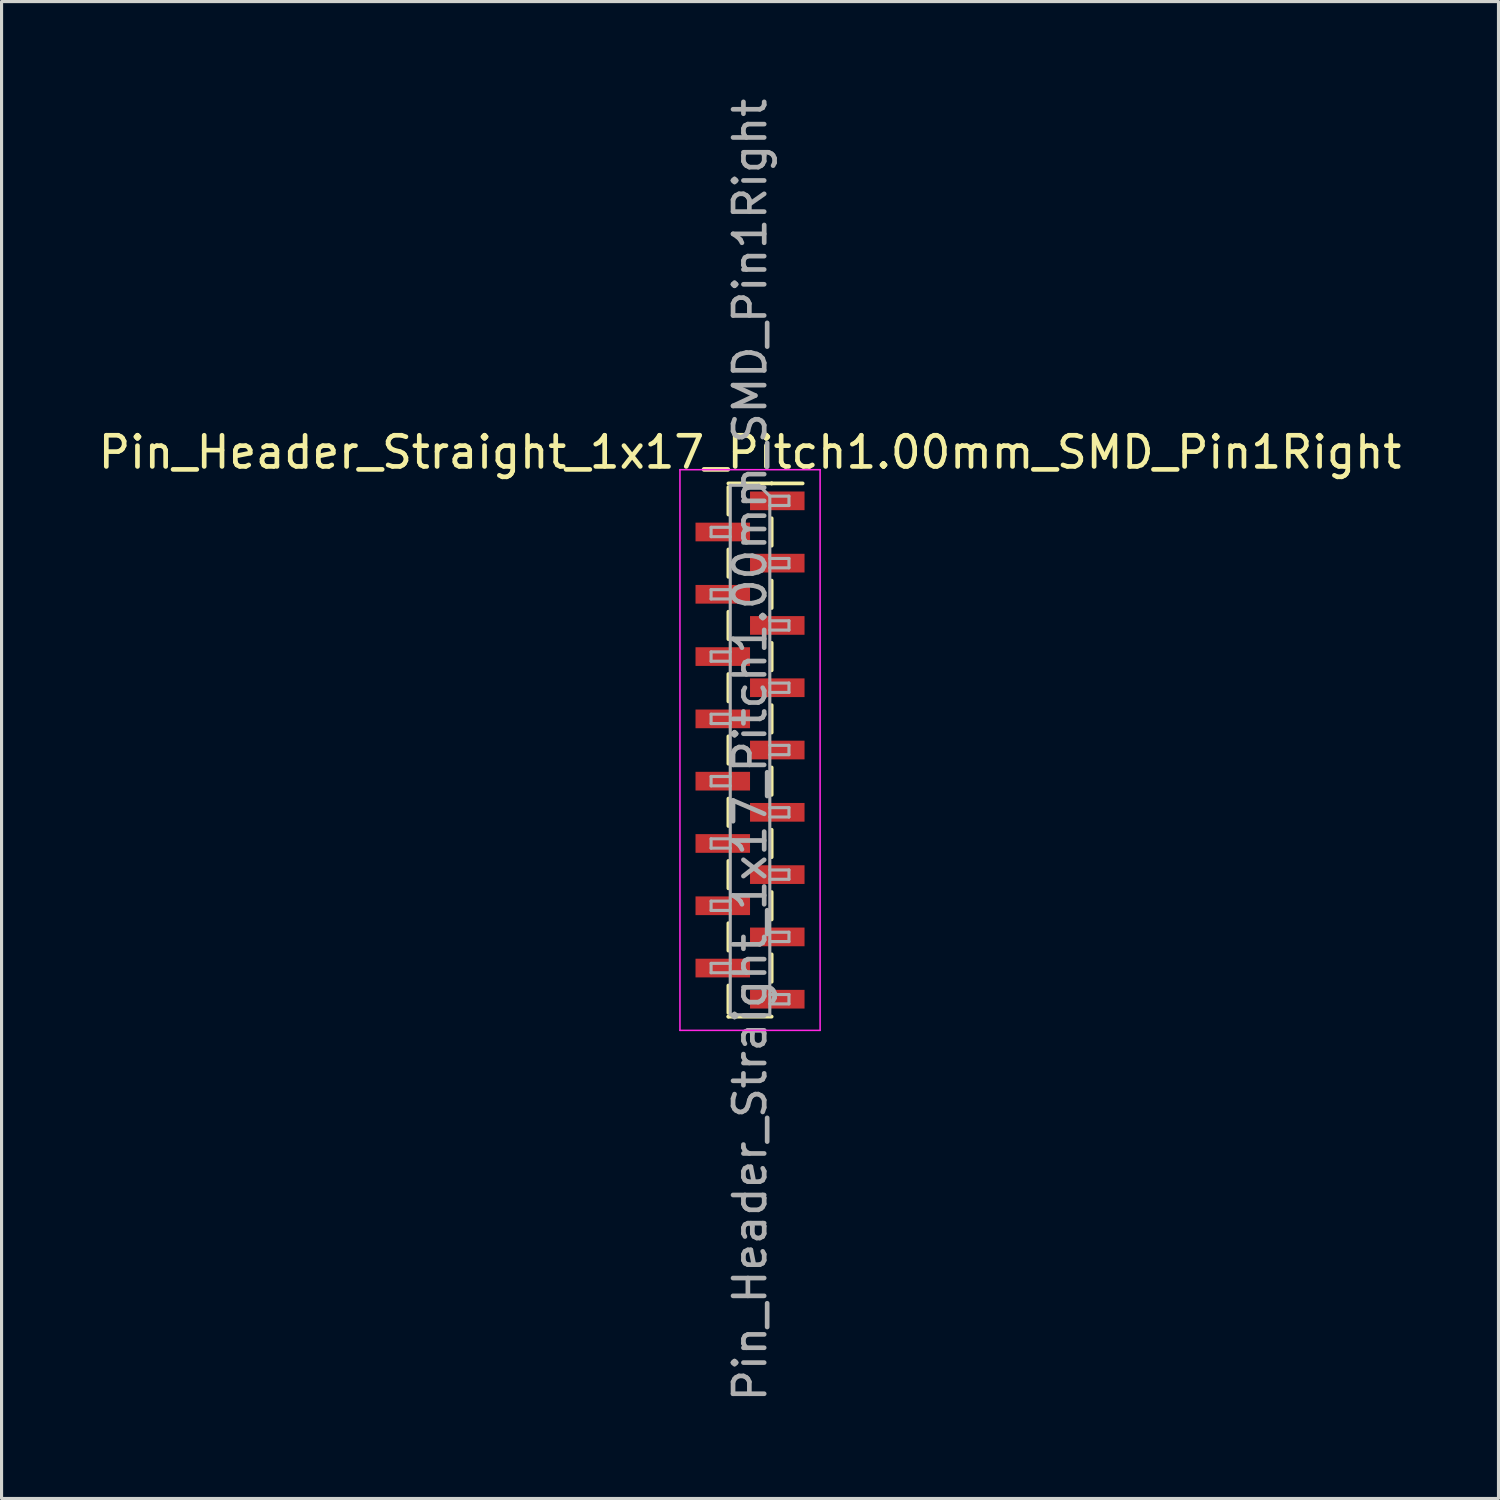
<source format=kicad_pcb>
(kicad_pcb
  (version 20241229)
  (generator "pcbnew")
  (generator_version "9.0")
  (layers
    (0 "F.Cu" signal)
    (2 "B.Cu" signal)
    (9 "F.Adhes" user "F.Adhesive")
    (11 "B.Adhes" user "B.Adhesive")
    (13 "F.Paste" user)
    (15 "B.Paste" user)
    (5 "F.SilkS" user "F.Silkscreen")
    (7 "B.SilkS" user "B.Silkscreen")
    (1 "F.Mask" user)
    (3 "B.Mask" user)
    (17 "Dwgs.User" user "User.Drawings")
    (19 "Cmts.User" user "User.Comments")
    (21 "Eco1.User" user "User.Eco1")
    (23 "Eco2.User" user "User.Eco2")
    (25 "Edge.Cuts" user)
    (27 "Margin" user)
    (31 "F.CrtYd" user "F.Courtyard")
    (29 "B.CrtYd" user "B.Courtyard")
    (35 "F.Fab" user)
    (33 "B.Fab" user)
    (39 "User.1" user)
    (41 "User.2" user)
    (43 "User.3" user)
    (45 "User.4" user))
  (footprint "Pin_Header_Straight_1x17_Pitch1.00mm_SMD_Pin1Right"
    (layer "F.Cu")
    (at 21.03 21.03)
    (property "Reference" "Pin_Header_Straight_1x17_Pitch1.00mm_SMD_Pin1Right" (at 0 -9.56 0) (layer "F.SilkS") (effects (font (size 1 1) (thickness 0.15))))
    (attr smd)
    (fp_line (start -0.695 -8.56) (end 0.695 -8.56) (stroke (width 0.12) (type solid)) (layer "F.SilkS"))
    (fp_line (start -0.695 -8.44) (end -0.695 -7.56) (stroke (width 0.12) (type solid)) (layer "F.SilkS"))
    (fp_line (start -0.695 -6.44) (end -0.695 -5.56) (stroke (width 0.12) (type solid)) (layer "F.SilkS"))
    (fp_line (start -0.695 -4.44) (end -0.695 -3.56) (stroke (width 0.12) (type solid)) (layer "F.SilkS"))
    (fp_line (start -0.695 -2.44) (end -0.695 -1.56) (stroke (width 0.12) (type solid)) (layer "F.SilkS"))
    (fp_line (start -0.695 -0.44) (end -0.695 0.44) (stroke (width 0.12) (type solid)) (layer "F.SilkS"))
    (fp_line (start -0.695 1.56) (end -0.695 2.44) (stroke (width 0.12) (type solid)) (layer "F.SilkS"))
    (fp_line (start -0.695 3.56) (end -0.695 4.44) (stroke (width 0.12) (type solid)) (layer "F.SilkS"))
    (fp_line (start -0.695 5.56) (end -0.695 6.44) (stroke (width 0.12) (type solid)) (layer "F.SilkS"))
    (fp_line (start -0.695 7.56) (end -0.695 8.44) (stroke (width 0.12) (type solid)) (layer "F.SilkS"))
    (fp_line (start -0.695 8.56) (end -0.695 8.56) (stroke (width 0.12) (type solid)) (layer "F.SilkS"))
    (fp_line (start -0.695 8.56) (end 0.695 8.56) (stroke (width 0.12) (type solid)) (layer "F.SilkS"))
    (fp_line (start 0.695 -8.56) (end 0.695 -8.56) (stroke (width 0.12) (type solid)) (layer "F.SilkS"))
    (fp_line (start 0.695 -8.56) (end 1.69 -8.56) (stroke (width 0.12) (type solid)) (layer "F.SilkS"))
    (fp_line (start 0.695 -7.44) (end 0.695 -6.56) (stroke (width 0.12) (type solid)) (layer "F.SilkS"))
    (fp_line (start 0.695 -5.44) (end 0.695 -4.56) (stroke (width 0.12) (type solid)) (layer "F.SilkS"))
    (fp_line (start 0.695 -3.44) (end 0.695 -2.56) (stroke (width 0.12) (type solid)) (layer "F.SilkS"))
    (fp_line (start 0.695 -1.44) (end 0.695 -0.56) (stroke (width 0.12) (type solid)) (layer "F.SilkS"))
    (fp_line (start 0.695 0.56) (end 0.695 1.44) (stroke (width 0.12) (type solid)) (layer "F.SilkS"))
    (fp_line (start 0.695 2.56) (end 0.695 3.44) (stroke (width 0.12) (type solid)) (layer "F.SilkS"))
    (fp_line (start 0.695 4.56) (end 0.695 5.44) (stroke (width 0.12) (type solid)) (layer "F.SilkS"))
    (fp_line (start 0.695 6.56) (end 0.695 7.44) (stroke (width 0.12) (type solid)) (layer "F.SilkS"))
    (fp_line (start -2.25 -9) (end -2.25 9) (stroke (width 0.05) (type solid)) (layer "F.CrtYd"))
    (fp_line (start -2.25 9) (end 2.25 9) (stroke (width 0.05) (type solid)) (layer "F.CrtYd"))
    (fp_line (start 2.25 -9) (end -2.25 -9) (stroke (width 0.05) (type solid)) (layer "F.CrtYd"))
    (fp_line (start 2.25 9) (end 2.25 -9) (stroke (width 0.05) (type solid)) (layer "F.CrtYd"))
    (fp_line (start -1.25 -7.15) (end -1.25 -6.85) (stroke (width 0.1) (type solid)) (layer "F.Fab"))
    (fp_line (start -1.25 -6.85) (end -0.635 -6.85) (stroke (width 0.1) (type solid)) (layer "F.Fab"))
    (fp_line (start -1.25 -5.15) (end -1.25 -4.85) (stroke (width 0.1) (type solid)) (layer "F.Fab"))
    (fp_line (start -1.25 -4.85) (end -0.635 -4.85) (stroke (width 0.1) (type solid)) (layer "F.Fab"))
    (fp_line (start -1.25 -3.15) (end -1.25 -2.85) (stroke (width 0.1) (type solid)) (layer "F.Fab"))
    (fp_line (start -1.25 -2.85) (end -0.635 -2.85) (stroke (width 0.1) (type solid)) (layer "F.Fab"))
    (fp_line (start -1.25 -1.15) (end -1.25 -0.85) (stroke (width 0.1) (type solid)) (layer "F.Fab"))
    (fp_line (start -1.25 -0.85) (end -0.635 -0.85) (stroke (width 0.1) (type solid)) (layer "F.Fab"))
    (fp_line (start -1.25 0.85) (end -1.25 1.15) (stroke (width 0.1) (type solid)) (layer "F.Fab"))
    (fp_line (start -1.25 1.15) (end -0.635 1.15) (stroke (width 0.1) (type solid)) (layer "F.Fab"))
    (fp_line (start -1.25 2.85) (end -1.25 3.15) (stroke (width 0.1) (type solid)) (layer "F.Fab"))
    (fp_line (start -1.25 3.15) (end -0.635 3.15) (stroke (width 0.1) (type solid)) (layer "F.Fab"))
    (fp_line (start -1.25 4.85) (end -1.25 5.15) (stroke (width 0.1) (type solid)) (layer "F.Fab"))
    (fp_line (start -1.25 5.15) (end -0.635 5.15) (stroke (width 0.1) (type solid)) (layer "F.Fab"))
    (fp_line (start -1.25 6.85) (end -1.25 7.15) (stroke (width 0.1) (type solid)) (layer "F.Fab"))
    (fp_line (start -1.25 7.15) (end -0.635 7.15) (stroke (width 0.1) (type solid)) (layer "F.Fab"))
    (fp_line (start -0.635 -8.5) (end -0.635 8.5) (stroke (width 0.1) (type solid)) (layer "F.Fab"))
    (fp_line (start -0.635 -8.5) (end 0.285 -8.5) (stroke (width 0.1) (type solid)) (layer "F.Fab"))
    (fp_line (start -0.635 -7.15) (end -1.25 -7.15) (stroke (width 0.1) (type solid)) (layer "F.Fab"))
    (fp_line (start -0.635 -5.15) (end -1.25 -5.15) (stroke (width 0.1) (type solid)) (layer "F.Fab"))
    (fp_line (start -0.635 -3.15) (end -1.25 -3.15) (stroke (width 0.1) (type solid)) (layer "F.Fab"))
    (fp_line (start -0.635 -1.15) (end -1.25 -1.15) (stroke (width 0.1) (type solid)) (layer "F.Fab"))
    (fp_line (start -0.635 0.85) (end -1.25 0.85) (stroke (width 0.1) (type solid)) (layer "F.Fab"))
    (fp_line (start -0.635 2.85) (end -1.25 2.85) (stroke (width 0.1) (type solid)) (layer "F.Fab"))
    (fp_line (start -0.635 4.85) (end -1.25 4.85) (stroke (width 0.1) (type solid)) (layer "F.Fab"))
    (fp_line (start -0.635 6.85) (end -1.25 6.85) (stroke (width 0.1) (type solid)) (layer "F.Fab"))
    (fp_line (start 0.635 -8.15) (end 0.285 -8.5) (stroke (width 0.1) (type solid)) (layer "F.Fab"))
    (fp_line (start 0.635 -8.15) (end 1.25 -8.15) (stroke (width 0.1) (type solid)) (layer "F.Fab"))
    (fp_line (start 0.635 -6.15) (end 1.25 -6.15) (stroke (width 0.1) (type solid)) (layer "F.Fab"))
    (fp_line (start 0.635 -4.15) (end 1.25 -4.15) (stroke (width 0.1) (type solid)) (layer "F.Fab"))
    (fp_line (start 0.635 -2.15) (end 1.25 -2.15) (stroke (width 0.1) (type solid)) (layer "F.Fab"))
    (fp_line (start 0.635 -0.15) (end 1.25 -0.15) (stroke (width 0.1) (type solid)) (layer "F.Fab"))
    (fp_line (start 0.635 1.85) (end 1.25 1.85) (stroke (width 0.1) (type solid)) (layer "F.Fab"))
    (fp_line (start 0.635 3.85) (end 1.25 3.85) (stroke (width 0.1) (type solid)) (layer "F.Fab"))
    (fp_line (start 0.635 5.85) (end 1.25 5.85) (stroke (width 0.1) (type solid)) (layer "F.Fab"))
    (fp_line (start 0.635 7.85) (end 1.25 7.85) (stroke (width 0.1) (type solid)) (layer "F.Fab"))
    (fp_line (start 0.635 8.5) (end -0.635 8.5) (stroke (width 0.1) (type solid)) (layer "F.Fab"))
    (fp_line (start 0.635 8.5) (end 0.635 -8.15) (stroke (width 0.1) (type solid)) (layer "F.Fab"))
    (fp_line (start 1.25 -8.15) (end 1.25 -7.85) (stroke (width 0.1) (type solid)) (layer "F.Fab"))
    (fp_line (start 1.25 -7.85) (end 0.635 -7.85) (stroke (width 0.1) (type solid)) (layer "F.Fab"))
    (fp_line (start 1.25 -6.15) (end 1.25 -5.85) (stroke (width 0.1) (type solid)) (layer "F.Fab"))
    (fp_line (start 1.25 -5.85) (end 0.635 -5.85) (stroke (width 0.1) (type solid)) (layer "F.Fab"))
    (fp_line (start 1.25 -4.15) (end 1.25 -3.85) (stroke (width 0.1) (type solid)) (layer "F.Fab"))
    (fp_line (start 1.25 -3.85) (end 0.635 -3.85) (stroke (width 0.1) (type solid)) (layer "F.Fab"))
    (fp_line (start 1.25 -2.15) (end 1.25 -1.85) (stroke (width 0.1) (type solid)) (layer "F.Fab"))
    (fp_line (start 1.25 -1.85) (end 0.635 -1.85) (stroke (width 0.1) (type solid)) (layer "F.Fab"))
    (fp_line (start 1.25 -0.15) (end 1.25 0.15) (stroke (width 0.1) (type solid)) (layer "F.Fab"))
    (fp_line (start 1.25 0.15) (end 0.635 0.15) (stroke (width 0.1) (type solid)) (layer "F.Fab"))
    (fp_line (start 1.25 1.85) (end 1.25 2.15) (stroke (width 0.1) (type solid)) (layer "F.Fab"))
    (fp_line (start 1.25 2.15) (end 0.635 2.15) (stroke (width 0.1) (type solid)) (layer "F.Fab"))
    (fp_line (start 1.25 3.85) (end 1.25 4.15) (stroke (width 0.1) (type solid)) (layer "F.Fab"))
    (fp_line (start 1.25 4.15) (end 0.635 4.15) (stroke (width 0.1) (type solid)) (layer "F.Fab"))
    (fp_line (start 1.25 5.85) (end 1.25 6.15) (stroke (width 0.1) (type solid)) (layer "F.Fab"))
    (fp_line (start 1.25 6.15) (end 0.635 6.15) (stroke (width 0.1) (type solid)) (layer "F.Fab"))
    (fp_line (start 1.25 7.85) (end 1.25 8.15) (stroke (width 0.1) (type solid)) (layer "F.Fab"))
    (fp_line (start 1.25 8.15) (end 0.635 8.15) (stroke (width 0.1) (type solid)) (layer "F.Fab"))
    (fp_text user "${REFERENCE}" (at 0 0 90) (layer "F.Fab") (effects (font (size 1 1) (thickness 0.15))))
    (pad "1" smd rect (at 0.875 -8) (size 1.75 0.6) (layers "F.Cu" "F.Mask" "F.Paste"))
    (pad "2" smd rect (at -0.875 -7) (size 1.75 0.6) (layers "F.Cu" "F.Mask" "F.Paste"))
    (pad "3" smd rect (at 0.875 -6) (size 1.75 0.6) (layers "F.Cu" "F.Mask" "F.Paste"))
    (pad "4" smd rect (at -0.875 -5) (size 1.75 0.6) (layers "F.Cu" "F.Mask" "F.Paste"))
    (pad "5" smd rect (at 0.875 -4) (size 1.75 0.6) (layers "F.Cu" "F.Mask" "F.Paste"))
    (pad "6" smd rect (at -0.875 -3) (size 1.75 0.6) (layers "F.Cu" "F.Mask" "F.Paste"))
    (pad "7" smd rect (at 0.875 -2) (size 1.75 0.6) (layers "F.Cu" "F.Mask" "F.Paste"))
    (pad "8" smd rect (at -0.875 -1) (size 1.75 0.6) (layers "F.Cu" "F.Mask" "F.Paste"))
    (pad "9" smd rect (at 0.875 0) (size 1.75 0.6) (layers "F.Cu" "F.Mask" "F.Paste"))
    (pad "10" smd rect (at -0.875 1) (size 1.75 0.6) (layers "F.Cu" "F.Mask" "F.Paste"))
    (pad "11" smd rect (at 0.875 2) (size 1.75 0.6) (layers "F.Cu" "F.Mask" "F.Paste"))
    (pad "12" smd rect (at -0.875 3) (size 1.75 0.6) (layers "F.Cu" "F.Mask" "F.Paste"))
    (pad "13" smd rect (at 0.875 4) (size 1.75 0.6) (layers "F.Cu" "F.Mask" "F.Paste"))
    (pad "14" smd rect (at -0.875 5) (size 1.75 0.6) (layers "F.Cu" "F.Mask" "F.Paste"))
    (pad "15" smd rect (at 0.875 6) (size 1.75 0.6) (layers "F.Cu" "F.Mask" "F.Paste"))
    (pad "16" smd rect (at -0.875 7) (size 1.75 0.6) (layers "F.Cu" "F.Mask" "F.Paste"))
    (pad "17" smd rect (at 0.875 8) (size 1.75 0.6) (layers "F.Cu" "F.Mask" "F.Paste")))
  (gr_rect
    (start -3 -3)
    (end 45.06 45.06)
    (stroke (width 0.1) (type default))
    (fill no)
    (layer "Edge.Cuts")))
</source>
